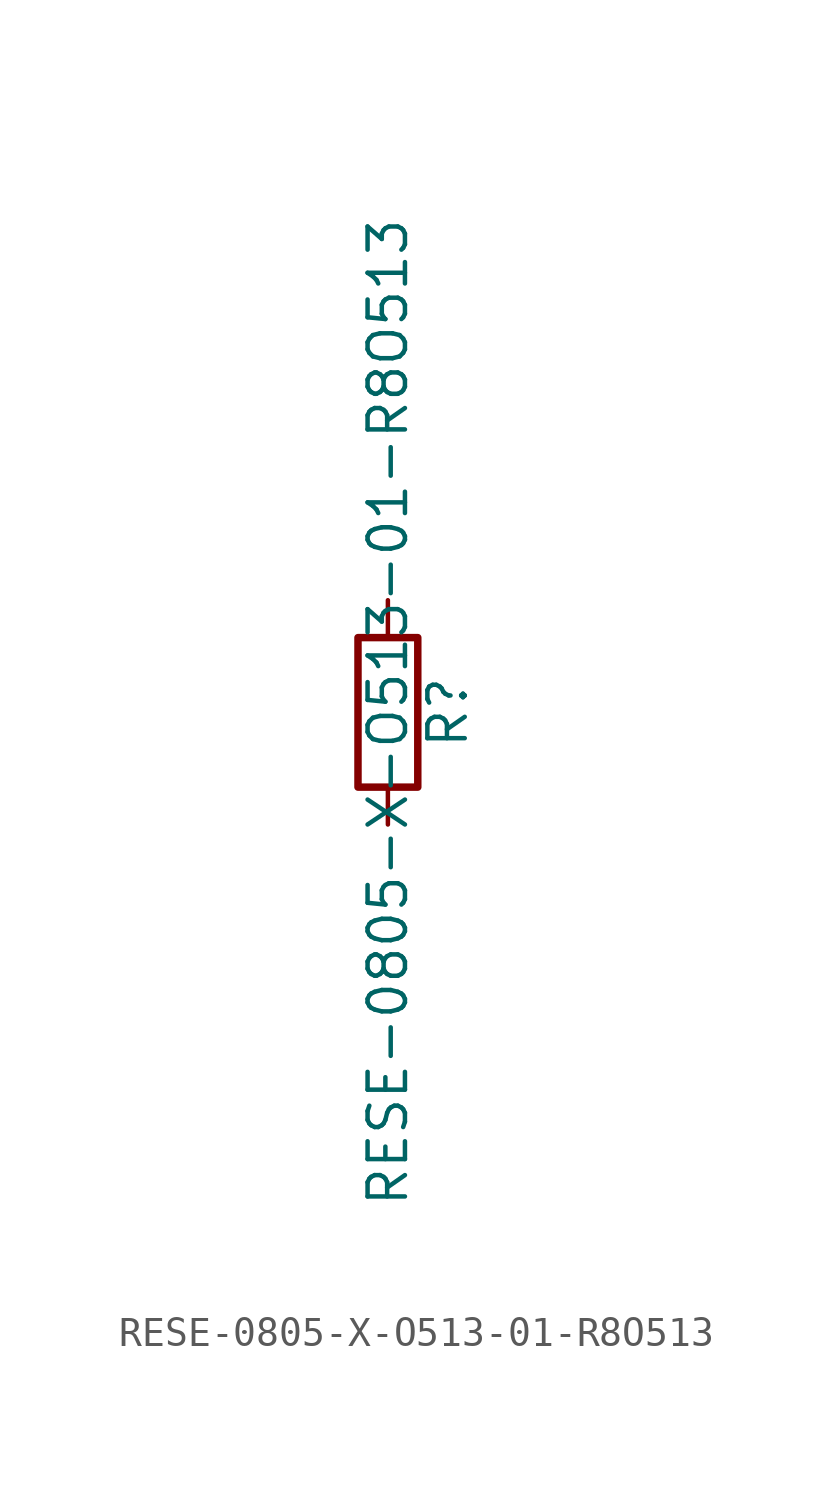
<source format=kicad_sym>
(kicad_symbol_lib
  (version 20211014)
  (generator kicad_symbol_editor)
  (symbol "RESE-0805-X-O513-01-R8O513"
    (pin_numbers hide)
    (pin_names
      (offset 0))
    (property "Reference" "R"
      (at 2.032 0 90)
      (effects (font (size 1.27 1.27))))
    (property "Value" "RESE-0805-X-O513-01-R8O513"
      (at 0 0 90)
      (effects (font (size 1.27 1.27))))
    (symbol "RESE-0805-X-O513-01-R8O513_0_1"
      (rectangle (start -1.016 -2.54) (end 1.016 2.54) (stroke (width 0.254) (type default) (color 0 0 0 0)) (fill (type none))))
    (symbol "RESE-0805-X-O513-01-R8O513_1_1"
      (pin passive line (at 0 3.81 270) (length 1.27) (name "~" (effects (font (size 1.27 1.27)))) (number "1" (effects (font (size 1.27 1.27)))))
      (pin passive line (at 0 -3.81 90) (length 1.27) (name "~" (effects (font (size 1.27 1.27)))) (number "2" (effects (font (size 1.27 1.27))))))))
</source>
